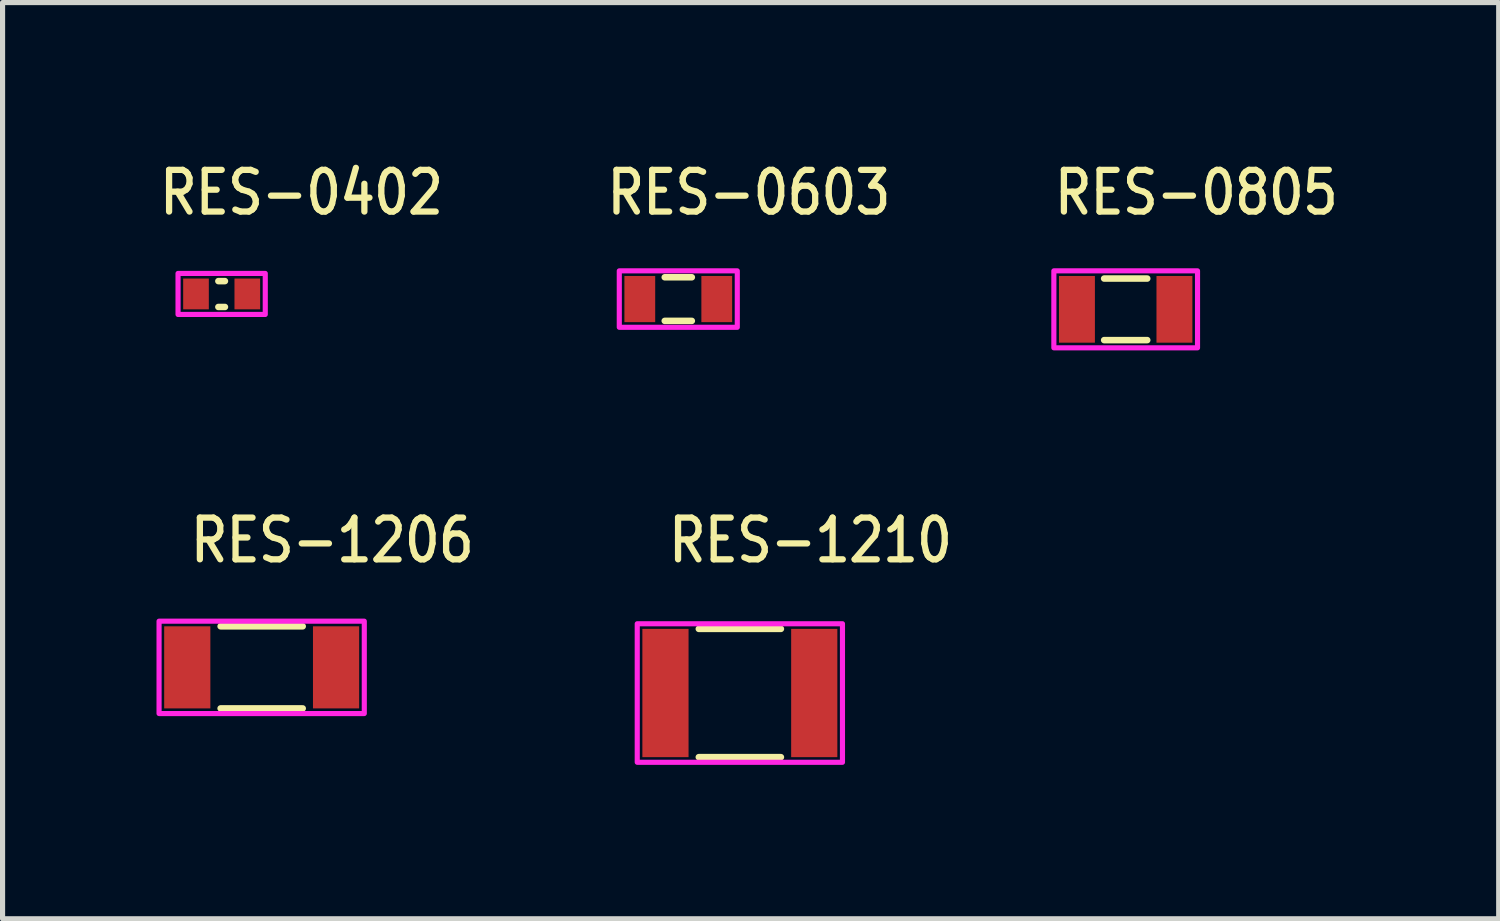
<source format=kicad_pcb>
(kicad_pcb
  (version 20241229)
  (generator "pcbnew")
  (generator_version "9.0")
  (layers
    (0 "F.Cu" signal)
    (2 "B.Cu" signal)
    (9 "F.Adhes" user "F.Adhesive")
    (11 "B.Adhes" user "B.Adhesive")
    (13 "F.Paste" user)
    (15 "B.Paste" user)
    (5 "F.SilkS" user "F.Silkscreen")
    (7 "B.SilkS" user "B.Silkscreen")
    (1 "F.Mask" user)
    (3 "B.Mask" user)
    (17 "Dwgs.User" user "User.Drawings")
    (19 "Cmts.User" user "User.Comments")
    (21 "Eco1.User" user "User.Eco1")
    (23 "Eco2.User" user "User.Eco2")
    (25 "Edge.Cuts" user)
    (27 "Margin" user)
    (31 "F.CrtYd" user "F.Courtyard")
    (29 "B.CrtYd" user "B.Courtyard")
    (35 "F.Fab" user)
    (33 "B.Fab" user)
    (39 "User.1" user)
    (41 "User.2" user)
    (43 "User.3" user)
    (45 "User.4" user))
  (footprint "RES-1206"
    (layer "F.Cu")
    (at 2.05 9.957)
    (property "Reference" "RES-1206" (at -1.45 -2 0) (unlocked yes) (layer "F.SilkS") (effects (font (size 0.813 0.695) (thickness 0.122)) (justify left bottom)))
    (fp_line (start -0.8 -0.8) (end 0.8 -0.8) (stroke (width 0.127) (type solid)) (layer "F.SilkS"))
    (fp_line (start -0.8 0.8) (end 0.8 0.8) (stroke (width 0.127) (type solid)) (layer "F.SilkS"))
    (fp_poly (pts (xy -2 -0.9) (xy 2 -0.9) (xy 2 0.9) (xy -2 0.9)) (stroke (width 0.1) (type solid)) (fill no) (layer "F.CrtYd"))
    (pad "1" smd rect (at -1.45 0) (size 0.9 1.6) (layers "F.Cu" "F.Mask" "F.Paste"))
    (pad "2" smd rect (at 1.45 0) (size 0.9 1.6) (layers "F.Cu" "F.Mask" "F.Paste")))
  (footprint "RES-0402"
    (layer "F.Cu")
    (at 1.27 2.679)
    (property "Reference" "RES-0402" (at -1.27 -1.5 0) (unlocked yes) (layer "F.SilkS") (effects (font (size 0.813 0.695) (thickness 0.122)) (justify left bottom)))
    (fp_line (start -0.064 -0.25) (end 0.064 -0.25) (stroke (width 0.127) (type solid)) (layer "F.SilkS"))
    (fp_line (start -0.064 0.254) (end 0.064 0.254) (stroke (width 0.127) (type solid)) (layer "F.SilkS"))
    (fp_poly (pts (xy -0.85 0.4) (xy 0.85 0.4) (xy 0.85 -0.4) (xy -0.85 -0.4)) (stroke (width 0.1) (type solid)) (fill no) (layer "F.CrtYd"))
    (pad "1" smd rect (at -0.5 0) (size 0.5 0.6) (layers "F.Cu" "F.Mask" "F.Paste"))
    (pad "2" smd rect (at 0.5 0) (size 0.5 0.6) (layers "F.Cu" "F.Mask" "F.Paste")))
  (footprint "RES-0805"
    (layer "F.Cu")
    (at 18.89 2.979)
    (property "Reference" "RES-0805" (at -1.45 -1.8 0) (unlocked yes) (layer "F.SilkS") (effects (font (size 0.813 0.695) (thickness 0.122)) (justify left bottom)))
    (fp_line (start -0.42 -0.6) (end 0.42 -0.6) (stroke (width 0.127) (type solid)) (layer "F.SilkS"))
    (fp_line (start -0.42 0.6) (end 0.42 0.6) (stroke (width 0.127) (type solid)) (layer "F.SilkS"))
    (fp_poly (pts (xy -1.4 -0.75) (xy 1.4 -0.75) (xy 1.4 0.75) (xy -1.4 0.75)) (stroke (width 0.1) (type solid)) (fill no) (layer "F.CrtYd"))
    (pad "1" smd rect (at -0.95 0) (size 0.7 1.3) (layers "F.Cu" "F.Mask" "F.Paste"))
    (pad "2" smd rect (at 0.95 0) (size 0.7 1.3) (layers "F.Cu" "F.Mask" "F.Paste")))
  (footprint "RES-1210"
    (layer "F.Cu")
    (at 11.37 10.457)
    (property "Reference" "RES-1210" (at -1.45 -2.5 0) (unlocked yes) (layer "F.SilkS") (effects (font (size 0.813 0.695) (thickness 0.122)) (justify left bottom)))
    (fp_line (start -0.8 -1.25) (end 0.8 -1.25) (stroke (width 0.127) (type solid)) (layer "F.SilkS"))
    (fp_line (start -0.8 1.25) (end 0.8 1.25) (stroke (width 0.127) (type solid)) (layer "F.SilkS"))
    (fp_poly (pts (xy -2 -1.35) (xy 2 -1.35) (xy 2 1.35) (xy -2 1.35)) (stroke (width 0.1) (type solid)) (fill no) (layer "F.CrtYd"))
    (pad "1" smd rect (at -1.45 0) (size 0.9 2.5) (layers "F.Cu" "F.Mask" "F.Paste"))
    (pad "2" smd rect (at 1.45 0) (size 0.9 2.5) (layers "F.Cu" "F.Mask" "F.Paste")))
  (footprint "RES-0603"
    (layer "F.Cu")
    (at 10.17 2.779)
    (property "Reference" "RES-0603" (at -1.45 -1.6 0) (unlocked yes) (layer "F.SilkS") (effects (font (size 0.813 0.695) (thickness 0.122)) (justify left bottom)))
    (fp_line (start -0.264 -0.425) (end 0.264 -0.425) (stroke (width 0.127) (type solid)) (layer "F.SilkS"))
    (fp_line (start -0.264 0.425) (end 0.264 0.425) (stroke (width 0.127) (type solid)) (layer "F.SilkS"))
    (fp_poly (pts (xy -1.15 -0.55) (xy 1.15 -0.55) (xy 1.15 0.55) (xy -1.15 0.55)) (stroke (width 0.1) (type solid)) (fill no) (layer "F.CrtYd"))
    (pad "1" smd rect (at -0.75 0) (size 0.6 0.9) (layers "F.Cu" "F.Mask" "F.Paste"))
    (pad "2" smd rect (at 0.75 0) (size 0.6 0.9) (layers "F.Cu" "F.Mask" "F.Paste")))
  (gr_rect
    (start -3 -3)
    (end 26.16 14.857)
    (stroke (width 0.1) (type default))
    (fill no)
    (layer "Edge.Cuts")))
</source>
